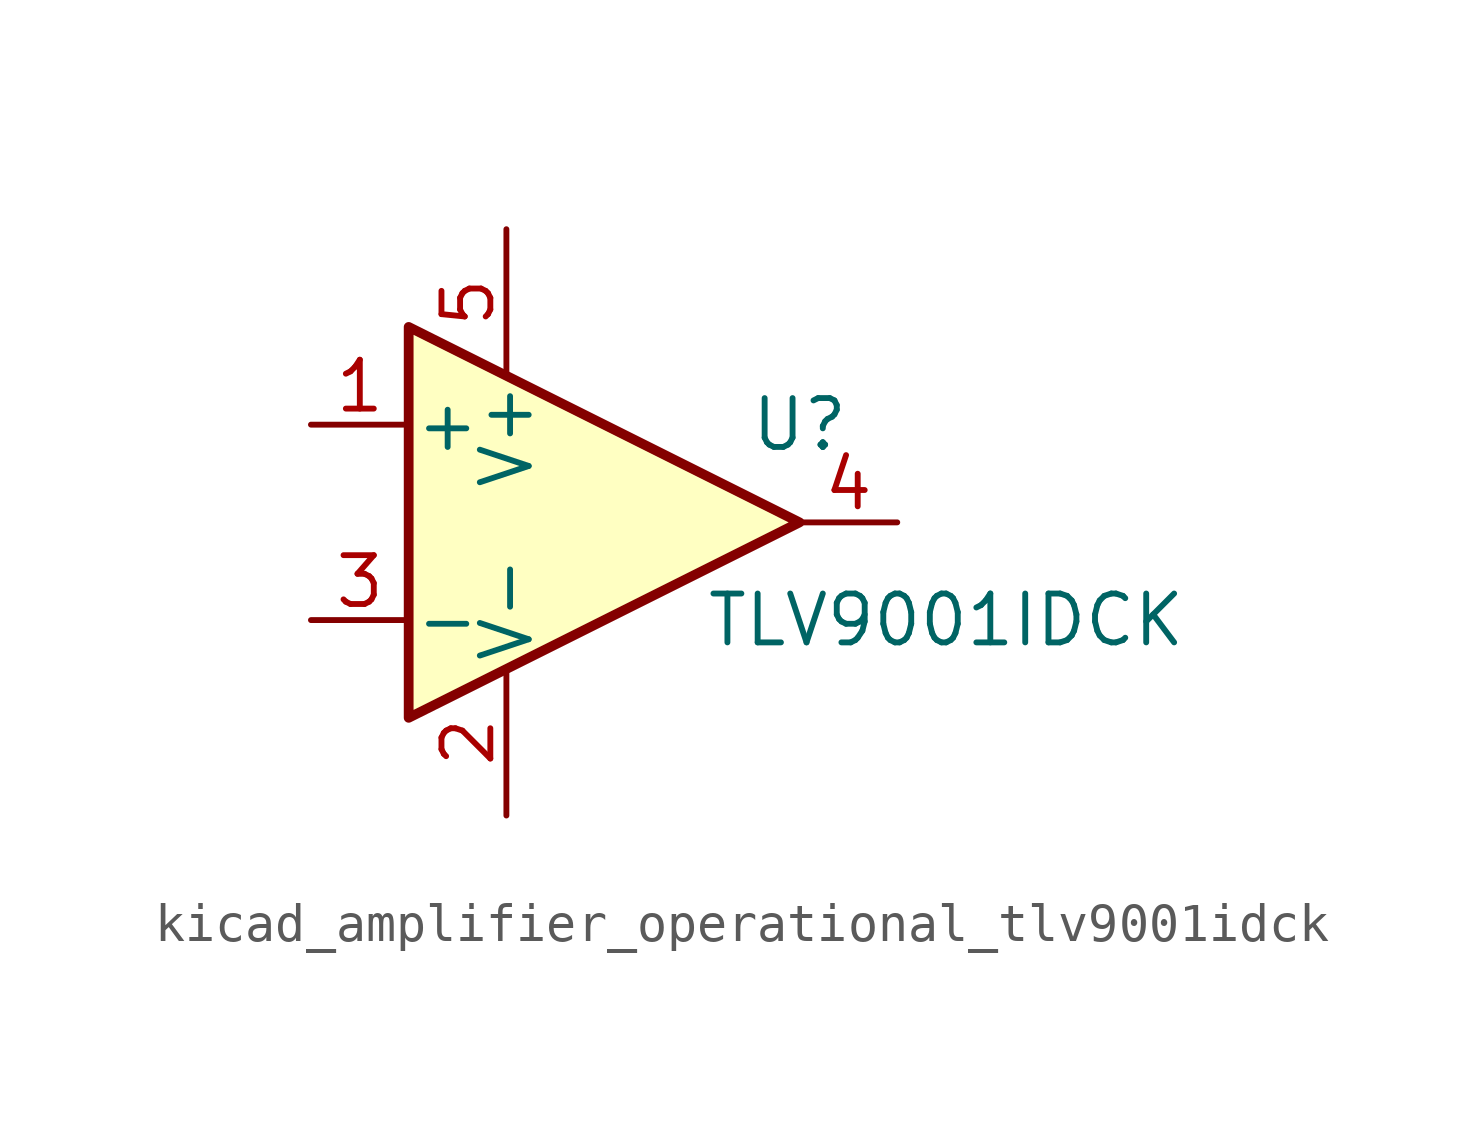
<source format=kicad_sym>
(kicad_symbol_lib
  (version 20220914)
  (generator kicad_symbol_editor)
  (symbol "kicad_amplifier_operational_tlv9001idck"
    (pin_names
      (offset 0.127))
    (property "Reference" "U"
      (at 7.62 2.54 0)
      (effects (font (size 1.27 1.27))))
    (property "Value" "TLV9001IDCK"
      (at 11.43 -2.54 0)
      (effects (font (size 1.27 1.27))))
    (symbol "kicad_amplifier_operational_tlv9001idck_0_1"
      (polyline (pts (xy -2.54 5.08) (xy -2.54 -5.08) (xy 7.62 0) (xy -2.54 5.08)) (stroke (width 0.254) (type default)) (fill (type background))))
    (symbol "kicad_amplifier_operational_tlv9001idck_1_1"
      (pin input line (at -5.08 2.54 0) (length 2.54) (name "+" (effects (font (size 1.27 1.27)))) (number "1" (effects (font (size 1.27 1.27)))))
      (pin power_in line (at 0 -7.62 90) (length 3.81) (name "V-" (effects (font (size 1.27 1.27)))) (number "2" (effects (font (size 1.27 1.27)))))
      (pin input line (at -5.08 -2.54 0) (length 2.54) (name "-" (effects (font (size 1.27 1.27)))) (number "3" (effects (font (size 1.27 1.27)))))
      (pin output line (at 10.16 0 180) (length 2.54) (name "~" (effects (font (size 1.27 1.27)))) (number "4" (effects (font (size 1.27 1.27)))))
      (pin power_in line (at 0 7.62 270) (length 3.81) (name "V+" (effects (font (size 1.27 1.27)))) (number "5" (effects (font (size 1.27 1.27))))))))
</source>
